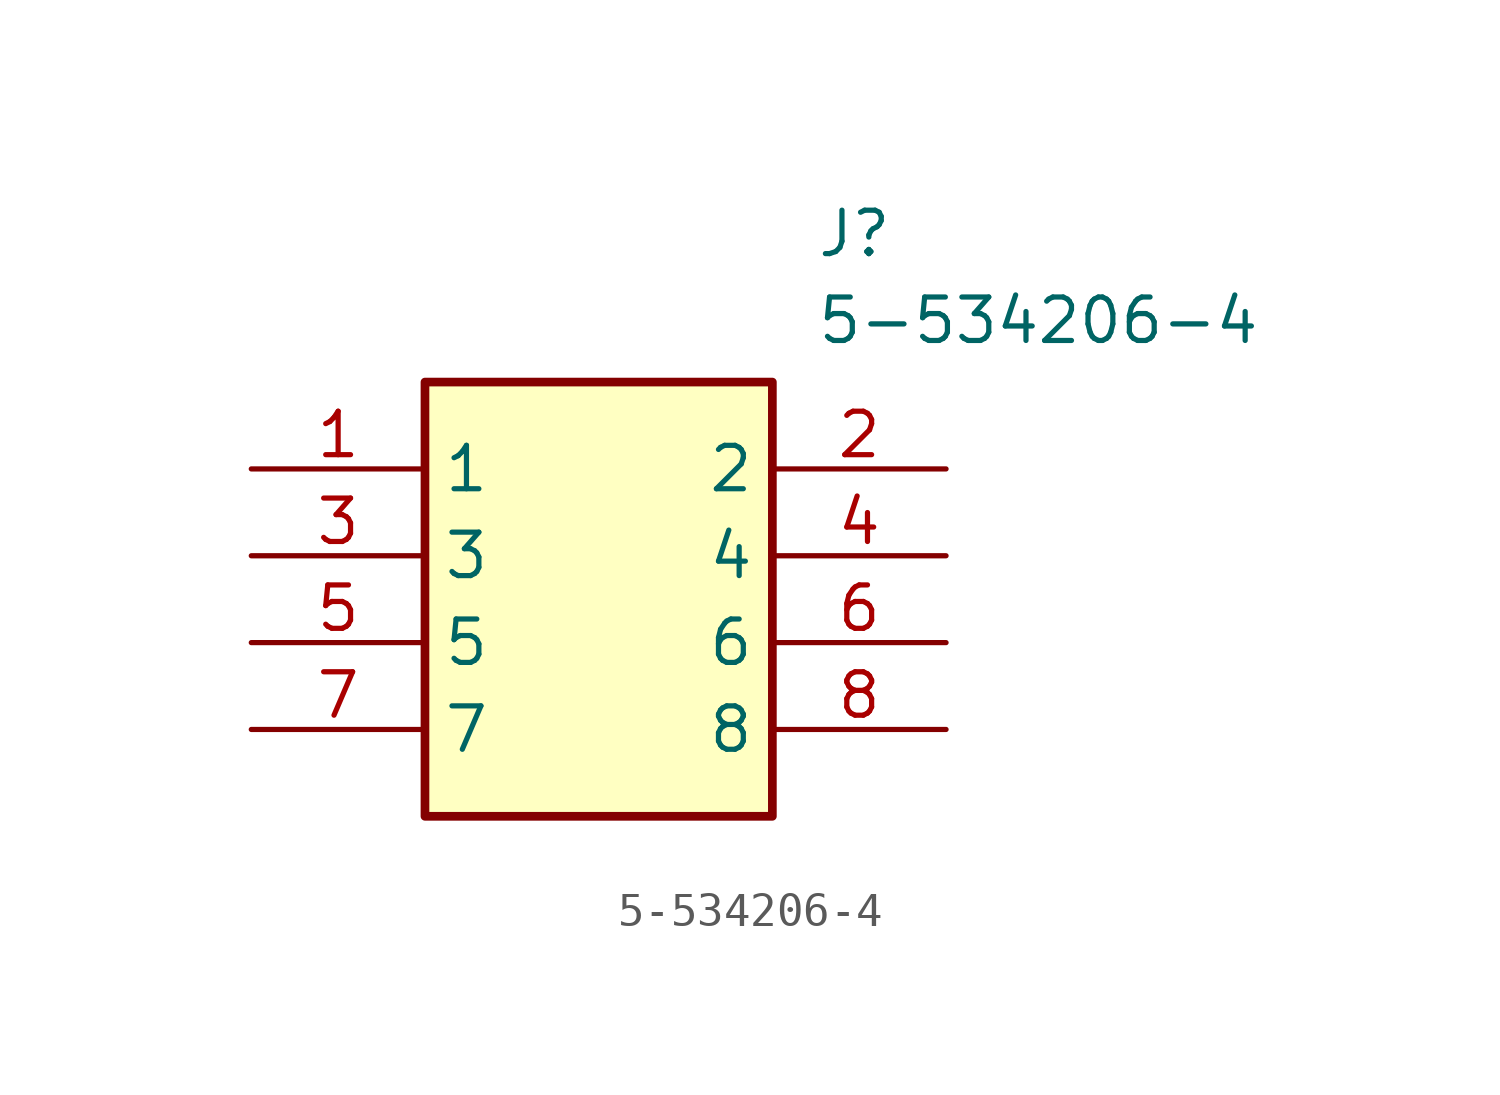
<source format=kicad_sym>
(kicad_symbol_lib
  (version 20211014)
  (generator SamacSys_ECAD_Model)
  (symbol "5-534206-4"
    (property "Reference" "J"
      (at 16.51 7.62 0)
      (effects (font (size 1.27 1.27)) (justify left top)))
    (property "Value" "5-534206-4"
      (at 16.51 5.08 0)
      (effects (font (size 1.27 1.27)) (justify left top)))
    (rectangle
      (start 5.08 2.54)
      (end 15.24 -10.16)
      (stroke (width 0.254) (type default))
      (fill (type background)))
    (pin passive line
      (at 0 0 0)
      (length 5.08)
      (name "1" (effects (font (size 1.27 1.27))))
      (number "1" (effects (font (size 1.27 1.27)))))
    (pin passive line
      (at 0 -2.54 0)
      (length 5.08)
      (name "3" (effects (font (size 1.27 1.27))))
      (number "3" (effects (font (size 1.27 1.27)))))
    (pin passive line
      (at 0 -5.08 0)
      (length 5.08)
      (name "5" (effects (font (size 1.27 1.27))))
      (number "5" (effects (font (size 1.27 1.27)))))
    (pin passive line
      (at 0 -7.62 0)
      (length 5.08)
      (name "7" (effects (font (size 1.27 1.27))))
      (number "7" (effects (font (size 1.27 1.27)))))
    (pin passive line
      (at 20.32 0 180)
      (length 5.08)
      (name "2" (effects (font (size 1.27 1.27))))
      (number "2" (effects (font (size 1.27 1.27)))))
    (pin passive line
      (at 20.32 -2.54 180)
      (length 5.08)
      (name "4" (effects (font (size 1.27 1.27))))
      (number "4" (effects (font (size 1.27 1.27)))))
    (pin passive line
      (at 20.32 -5.08 180)
      (length 5.08)
      (name "6" (effects (font (size 1.27 1.27))))
      (number "6" (effects (font (size 1.27 1.27)))))
    (pin passive line
      (at 20.32 -7.62 180)
      (length 5.08)
      (name "8" (effects (font (size 1.27 1.27))))
      (number "8" (effects (font (size 1.27 1.27)))))))
</source>
